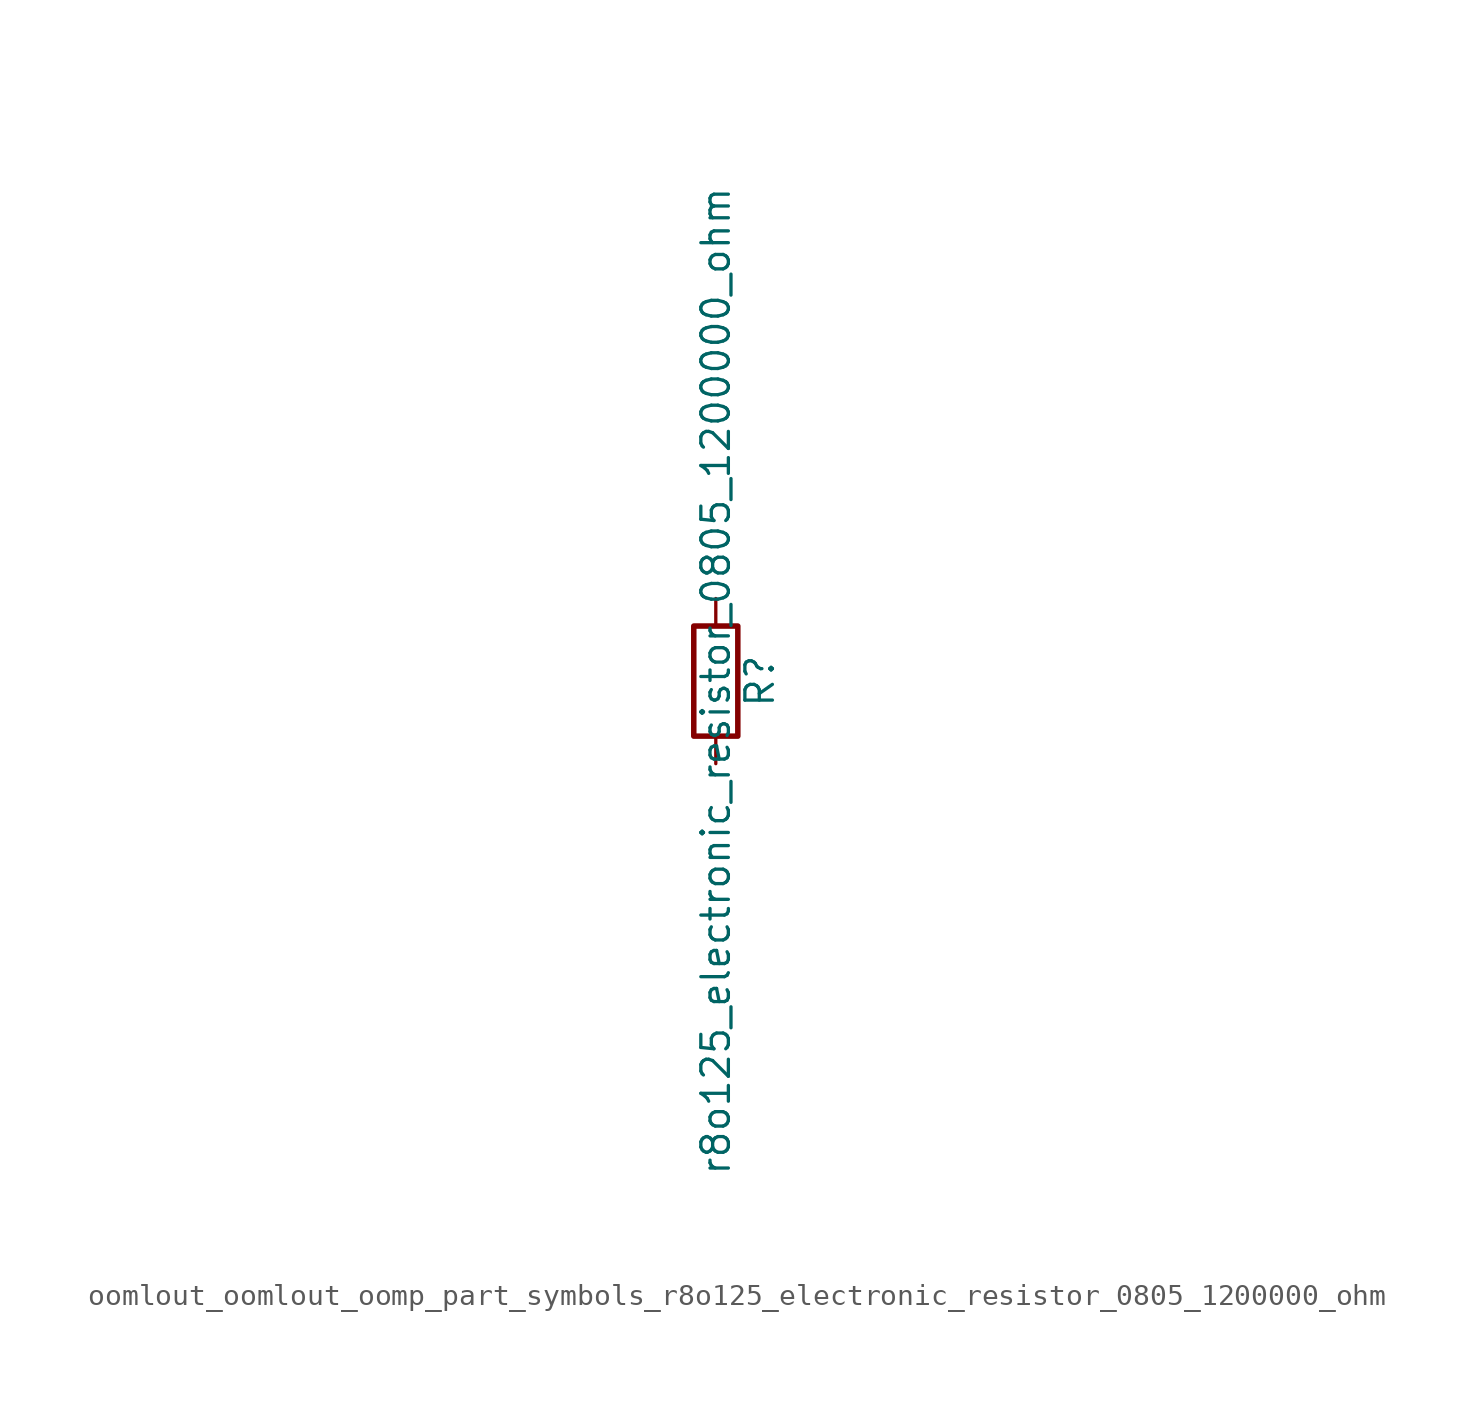
<source format=kicad_sym>
(kicad_symbol_lib
  (version 20220914)
  (generator kicad_symbol_editor)
  (symbol "oomlout_oomlout_oomp_part_symbols_r8o125_electronic_resistor_0805_1200000_ohm"
    (pin_numbers hide)
    (pin_names
      (offset 0))
    (property "Reference" "R"
      (at 2.032 0 90)
      (effects (font (size 1.27 1.27))))
    (property "Value" "r8o125_electronic_resistor_0805_1200000_ohm"
      (at 0 0 90)
      (effects (font (size 1.27 1.27))))
    (symbol "oomlout_oomlout_oomp_part_symbols_r8o125_electronic_resistor_0805_1200000_ohm_0_1"
      (rectangle (start -1.016 -2.54) (end 1.016 2.54) (stroke (width 0.254) (type default)) (fill (type none))))
    (symbol "oomlout_oomlout_oomp_part_symbols_r8o125_electronic_resistor_0805_1200000_ohm_1_1"
      (pin passive line (at 0 3.81 270) (length 1.27) (name "~" (effects (font (size 1.27 1.27)))) (number "1" (effects (font (size 1.27 1.27)))))
      (pin passive line (at 0 -3.81 90) (length 1.27) (name "~" (effects (font (size 1.27 1.27)))) (number "2" (effects (font (size 1.27 1.27))))))))
</source>
